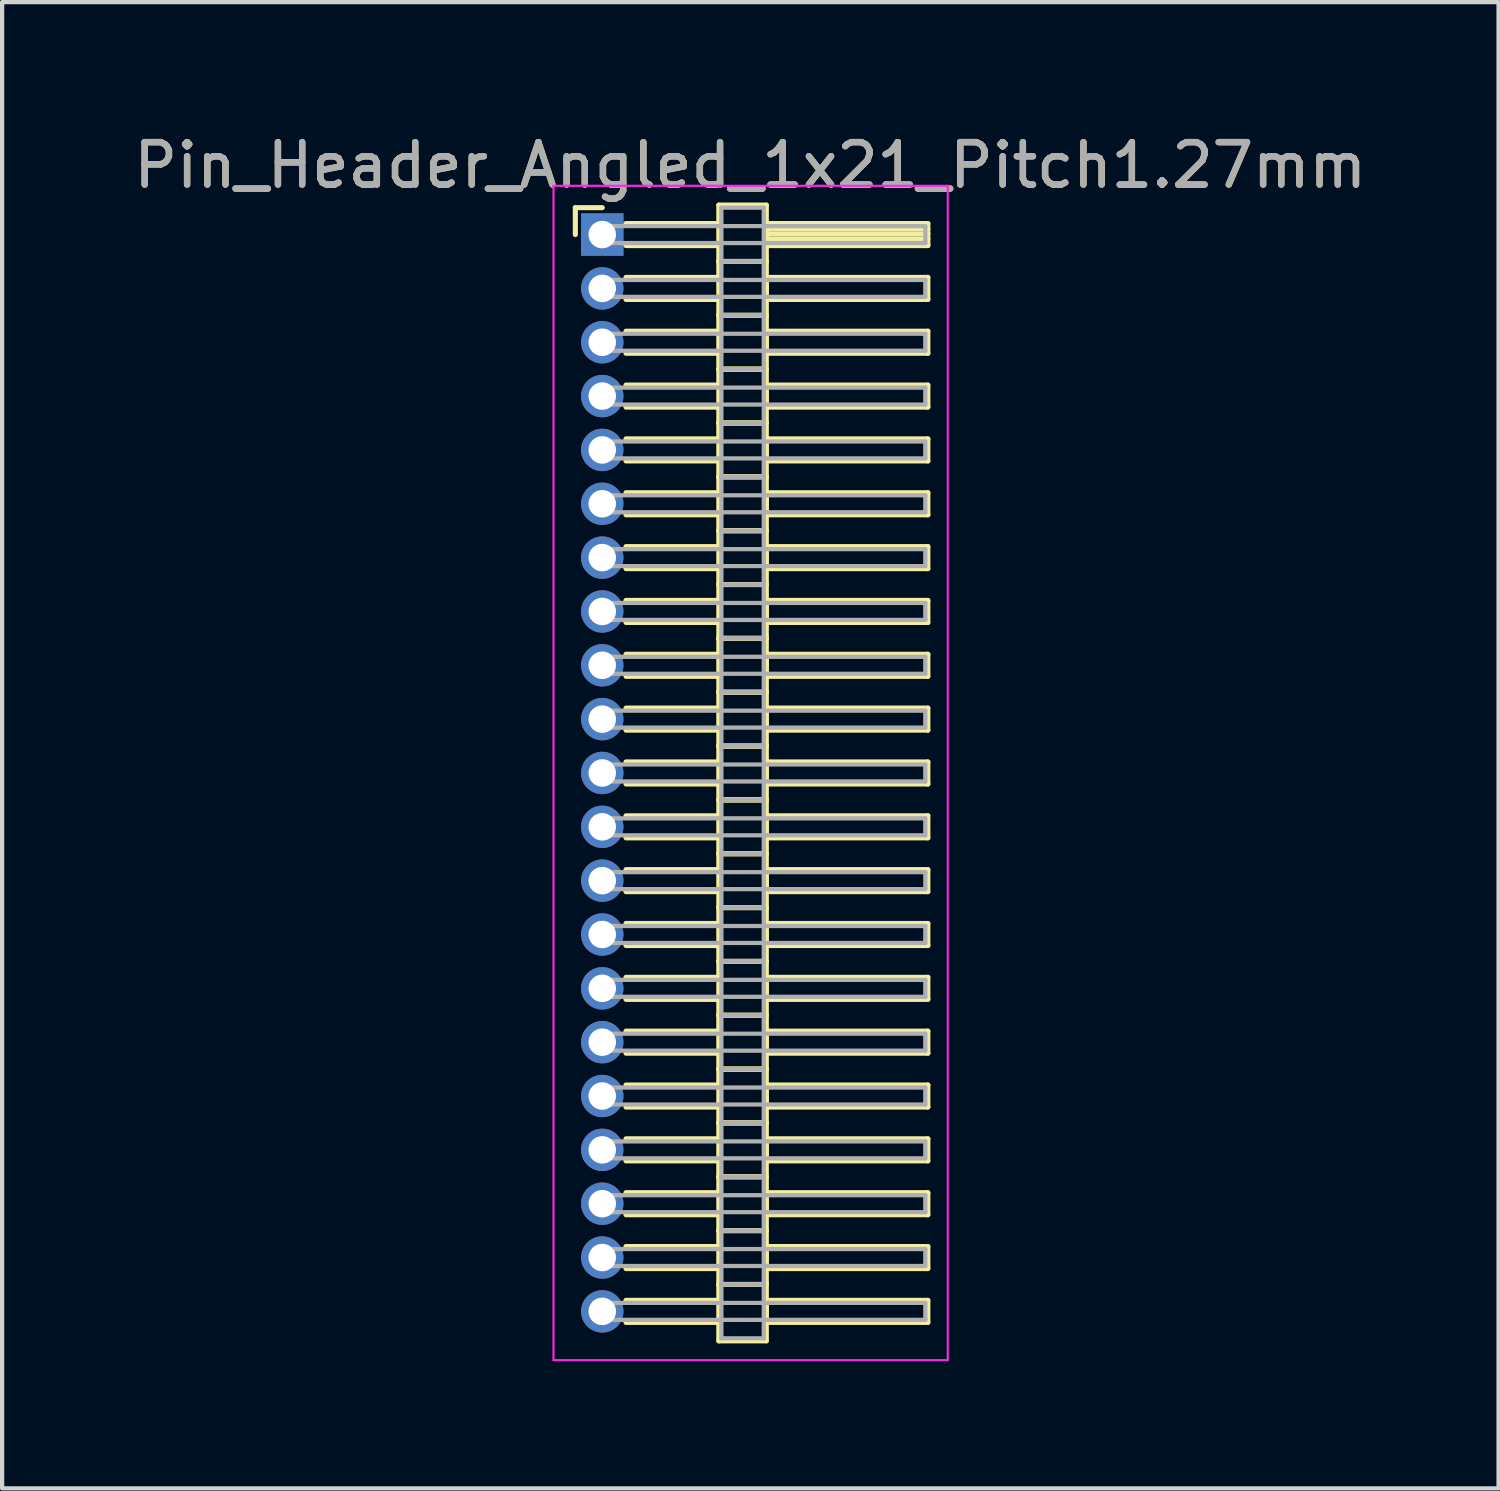
<source format=kicad_pcb>
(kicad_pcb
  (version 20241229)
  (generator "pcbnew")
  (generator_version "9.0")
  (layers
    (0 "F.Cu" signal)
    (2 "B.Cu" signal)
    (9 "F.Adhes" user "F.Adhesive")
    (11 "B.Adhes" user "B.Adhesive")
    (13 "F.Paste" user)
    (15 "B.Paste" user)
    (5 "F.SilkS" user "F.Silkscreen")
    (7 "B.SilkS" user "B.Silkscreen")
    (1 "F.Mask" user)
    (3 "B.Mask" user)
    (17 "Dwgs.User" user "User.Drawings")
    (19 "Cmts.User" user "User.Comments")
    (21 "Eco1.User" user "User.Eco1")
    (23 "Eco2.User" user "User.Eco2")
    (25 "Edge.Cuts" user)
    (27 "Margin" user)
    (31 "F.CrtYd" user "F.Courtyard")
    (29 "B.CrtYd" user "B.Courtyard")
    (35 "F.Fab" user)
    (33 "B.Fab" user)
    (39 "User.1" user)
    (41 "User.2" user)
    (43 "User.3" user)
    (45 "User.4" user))
  (footprint "Pin_Header_Angled_1x21_Pitch1.27mm"
    (layer "F.Cu")
    (at 11.156 2.483)
    (property "Reference" "Pin_Header_Angled_1x21_Pitch1.27mm" (at 3.493 -1.635 0) (layer "F.SilkS") (effects (font (size 1 1) (thickness 0.15))))
    (attr through_hole)
    (fp_line (start -0.635 -0.635) (end 0 -0.635) (stroke (width 0.12) (type solid)) (layer "F.SilkS"))
    (fp_line (start -0.635 0) (end -0.635 -0.635) (stroke (width 0.12) (type solid)) (layer "F.SilkS"))
    (fp_line (start 0.56 -0.26) (end 2.75 -0.26) (stroke (width 0.12) (type solid)) (layer "F.SilkS"))
    (fp_line (start 0.56 0.26) (end 2.75 0.26) (stroke (width 0.12) (type solid)) (layer "F.SilkS"))
    (fp_line (start 0.56 1.01) (end 2.75 1.01) (stroke (width 0.12) (type solid)) (layer "F.SilkS"))
    (fp_line (start 0.56 1.53) (end 2.75 1.53) (stroke (width 0.12) (type solid)) (layer "F.SilkS"))
    (fp_line (start 0.56 2.28) (end 2.75 2.28) (stroke (width 0.12) (type solid)) (layer "F.SilkS"))
    (fp_line (start 0.56 2.8) (end 2.75 2.8) (stroke (width 0.12) (type solid)) (layer "F.SilkS"))
    (fp_line (start 0.56 3.55) (end 2.75 3.55) (stroke (width 0.12) (type solid)) (layer "F.SilkS"))
    (fp_line (start 0.56 4.07) (end 2.75 4.07) (stroke (width 0.12) (type solid)) (layer "F.SilkS"))
    (fp_line (start 0.56 4.82) (end 2.75 4.82) (stroke (width 0.12) (type solid)) (layer "F.SilkS"))
    (fp_line (start 0.56 5.34) (end 2.75 5.34) (stroke (width 0.12) (type solid)) (layer "F.SilkS"))
    (fp_line (start 0.56 6.09) (end 2.75 6.09) (stroke (width 0.12) (type solid)) (layer "F.SilkS"))
    (fp_line (start 0.56 6.61) (end 2.75 6.61) (stroke (width 0.12) (type solid)) (layer "F.SilkS"))
    (fp_line (start 0.56 7.36) (end 2.75 7.36) (stroke (width 0.12) (type solid)) (layer "F.SilkS"))
    (fp_line (start 0.56 7.88) (end 2.75 7.88) (stroke (width 0.12) (type solid)) (layer "F.SilkS"))
    (fp_line (start 0.56 8.63) (end 2.75 8.63) (stroke (width 0.12) (type solid)) (layer "F.SilkS"))
    (fp_line (start 0.56 9.15) (end 2.75 9.15) (stroke (width 0.12) (type solid)) (layer "F.SilkS"))
    (fp_line (start 0.56 9.9) (end 2.75 9.9) (stroke (width 0.12) (type solid)) (layer "F.SilkS"))
    (fp_line (start 0.56 10.42) (end 2.75 10.42) (stroke (width 0.12) (type solid)) (layer "F.SilkS"))
    (fp_line (start 0.56 11.17) (end 2.75 11.17) (stroke (width 0.12) (type solid)) (layer "F.SilkS"))
    (fp_line (start 0.56 11.69) (end 2.75 11.69) (stroke (width 0.12) (type solid)) (layer "F.SilkS"))
    (fp_line (start 0.56 12.44) (end 2.75 12.44) (stroke (width 0.12) (type solid)) (layer "F.SilkS"))
    (fp_line (start 0.56 12.96) (end 2.75 12.96) (stroke (width 0.12) (type solid)) (layer "F.SilkS"))
    (fp_line (start 0.56 13.71) (end 2.75 13.71) (stroke (width 0.12) (type solid)) (layer "F.SilkS"))
    (fp_line (start 0.56 14.23) (end 2.75 14.23) (stroke (width 0.12) (type solid)) (layer "F.SilkS"))
    (fp_line (start 0.56 14.98) (end 2.75 14.98) (stroke (width 0.12) (type solid)) (layer "F.SilkS"))
    (fp_line (start 0.56 15.5) (end 2.75 15.5) (stroke (width 0.12) (type solid)) (layer "F.SilkS"))
    (fp_line (start 0.56 16.25) (end 2.75 16.25) (stroke (width 0.12) (type solid)) (layer "F.SilkS"))
    (fp_line (start 0.56 16.77) (end 2.75 16.77) (stroke (width 0.12) (type solid)) (layer "F.SilkS"))
    (fp_line (start 0.56 17.52) (end 2.75 17.52) (stroke (width 0.12) (type solid)) (layer "F.SilkS"))
    (fp_line (start 0.56 18.04) (end 2.75 18.04) (stroke (width 0.12) (type solid)) (layer "F.SilkS"))
    (fp_line (start 0.56 18.79) (end 2.75 18.79) (stroke (width 0.12) (type solid)) (layer "F.SilkS"))
    (fp_line (start 0.56 19.31) (end 2.75 19.31) (stroke (width 0.12) (type solid)) (layer "F.SilkS"))
    (fp_line (start 0.56 20.06) (end 2.75 20.06) (stroke (width 0.12) (type solid)) (layer "F.SilkS"))
    (fp_line (start 0.56 20.58) (end 2.75 20.58) (stroke (width 0.12) (type solid)) (layer "F.SilkS"))
    (fp_line (start 0.56 21.33) (end 2.75 21.33) (stroke (width 0.12) (type solid)) (layer "F.SilkS"))
    (fp_line (start 0.56 21.85) (end 2.75 21.85) (stroke (width 0.12) (type solid)) (layer "F.SilkS"))
    (fp_line (start 0.56 22.6) (end 2.75 22.6) (stroke (width 0.12) (type solid)) (layer "F.SilkS"))
    (fp_line (start 0.56 23.12) (end 2.75 23.12) (stroke (width 0.12) (type solid)) (layer "F.SilkS"))
    (fp_line (start 0.56 23.87) (end 2.75 23.87) (stroke (width 0.12) (type solid)) (layer "F.SilkS"))
    (fp_line (start 0.56 24.39) (end 2.75 24.39) (stroke (width 0.12) (type solid)) (layer "F.SilkS"))
    (fp_line (start 0.56 25.14) (end 2.75 25.14) (stroke (width 0.12) (type solid)) (layer "F.SilkS"))
    (fp_line (start 0.56 25.66) (end 2.75 25.66) (stroke (width 0.12) (type solid)) (layer "F.SilkS"))
    (fp_line (start 2.75 -0.695) (end 2.75 0.635) (stroke (width 0.12) (type solid)) (layer "F.SilkS"))
    (fp_line (start 2.75 0.635) (end 2.75 1.905) (stroke (width 0.12) (type solid)) (layer "F.SilkS"))
    (fp_line (start 2.75 0.635) (end 3.87 0.635) (stroke (width 0.12) (type solid)) (layer "F.SilkS"))
    (fp_line (start 2.75 1.905) (end 2.75 3.175) (stroke (width 0.12) (type solid)) (layer "F.SilkS"))
    (fp_line (start 2.75 1.905) (end 3.87 1.905) (stroke (width 0.12) (type solid)) (layer "F.SilkS"))
    (fp_line (start 2.75 3.175) (end 2.75 4.445) (stroke (width 0.12) (type solid)) (layer "F.SilkS"))
    (fp_line (start 2.75 3.175) (end 3.87 3.175) (stroke (width 0.12) (type solid)) (layer "F.SilkS"))
    (fp_line (start 2.75 4.445) (end 2.75 5.715) (stroke (width 0.12) (type solid)) (layer "F.SilkS"))
    (fp_line (start 2.75 4.445) (end 3.87 4.445) (stroke (width 0.12) (type solid)) (layer "F.SilkS"))
    (fp_line (start 2.75 5.715) (end 2.75 6.985) (stroke (width 0.12) (type solid)) (layer "F.SilkS"))
    (fp_line (start 2.75 5.715) (end 3.87 5.715) (stroke (width 0.12) (type solid)) (layer "F.SilkS"))
    (fp_line (start 2.75 6.985) (end 2.75 8.255) (stroke (width 0.12) (type solid)) (layer "F.SilkS"))
    (fp_line (start 2.75 6.985) (end 3.87 6.985) (stroke (width 0.12) (type solid)) (layer "F.SilkS"))
    (fp_line (start 2.75 8.255) (end 2.75 9.525) (stroke (width 0.12) (type solid)) (layer "F.SilkS"))
    (fp_line (start 2.75 8.255) (end 3.87 8.255) (stroke (width 0.12) (type solid)) (layer "F.SilkS"))
    (fp_line (start 2.75 9.525) (end 2.75 10.795) (stroke (width 0.12) (type solid)) (layer "F.SilkS"))
    (fp_line (start 2.75 9.525) (end 3.87 9.525) (stroke (width 0.12) (type solid)) (layer "F.SilkS"))
    (fp_line (start 2.75 10.795) (end 2.75 12.065) (stroke (width 0.12) (type solid)) (layer "F.SilkS"))
    (fp_line (start 2.75 10.795) (end 3.87 10.795) (stroke (width 0.12) (type solid)) (layer "F.SilkS"))
    (fp_line (start 2.75 12.065) (end 2.75 13.335) (stroke (width 0.12) (type solid)) (layer "F.SilkS"))
    (fp_line (start 2.75 12.065) (end 3.87 12.065) (stroke (width 0.12) (type solid)) (layer "F.SilkS"))
    (fp_line (start 2.75 13.335) (end 2.75 14.605) (stroke (width 0.12) (type solid)) (layer "F.SilkS"))
    (fp_line (start 2.75 13.335) (end 3.87 13.335) (stroke (width 0.12) (type solid)) (layer "F.SilkS"))
    (fp_line (start 2.75 14.605) (end 2.75 15.875) (stroke (width 0.12) (type solid)) (layer "F.SilkS"))
    (fp_line (start 2.75 14.605) (end 3.87 14.605) (stroke (width 0.12) (type solid)) (layer "F.SilkS"))
    (fp_line (start 2.75 15.875) (end 2.75 17.145) (stroke (width 0.12) (type solid)) (layer "F.SilkS"))
    (fp_line (start 2.75 15.875) (end 3.87 15.875) (stroke (width 0.12) (type solid)) (layer "F.SilkS"))
    (fp_line (start 2.75 17.145) (end 2.75 18.415) (stroke (width 0.12) (type solid)) (layer "F.SilkS"))
    (fp_line (start 2.75 17.145) (end 3.87 17.145) (stroke (width 0.12) (type solid)) (layer "F.SilkS"))
    (fp_line (start 2.75 18.415) (end 2.75 19.685) (stroke (width 0.12) (type solid)) (layer "F.SilkS"))
    (fp_line (start 2.75 18.415) (end 3.87 18.415) (stroke (width 0.12) (type solid)) (layer "F.SilkS"))
    (fp_line (start 2.75 19.685) (end 2.75 20.955) (stroke (width 0.12) (type solid)) (layer "F.SilkS"))
    (fp_line (start 2.75 19.685) (end 3.87 19.685) (stroke (width 0.12) (type solid)) (layer "F.SilkS"))
    (fp_line (start 2.75 20.955) (end 2.75 22.225) (stroke (width 0.12) (type solid)) (layer "F.SilkS"))
    (fp_line (start 2.75 20.955) (end 3.87 20.955) (stroke (width 0.12) (type solid)) (layer "F.SilkS"))
    (fp_line (start 2.75 22.225) (end 2.75 23.495) (stroke (width 0.12) (type solid)) (layer "F.SilkS"))
    (fp_line (start 2.75 22.225) (end 3.87 22.225) (stroke (width 0.12) (type solid)) (layer "F.SilkS"))
    (fp_line (start 2.75 23.495) (end 2.75 24.765) (stroke (width 0.12) (type solid)) (layer "F.SilkS"))
    (fp_line (start 2.75 23.495) (end 3.87 23.495) (stroke (width 0.12) (type solid)) (layer "F.SilkS"))
    (fp_line (start 2.75 24.765) (end 2.75 26.095) (stroke (width 0.12) (type solid)) (layer "F.SilkS"))
    (fp_line (start 2.75 24.765) (end 3.87 24.765) (stroke (width 0.12) (type solid)) (layer "F.SilkS"))
    (fp_line (start 2.75 26.095) (end 3.87 26.095) (stroke (width 0.12) (type solid)) (layer "F.SilkS"))
    (fp_line (start 3.87 -0.695) (end 2.75 -0.695) (stroke (width 0.12) (type solid)) (layer "F.SilkS"))
    (fp_line (start 3.87 -0.26) (end 3.87 0.26) (stroke (width 0.12) (type solid)) (layer "F.SilkS"))
    (fp_line (start 3.87 -0.14) (end 7.68 -0.14) (stroke (width 0.12) (type solid)) (layer "F.SilkS"))
    (fp_line (start 3.87 -0.02) (end 7.68 -0.02) (stroke (width 0.12) (type solid)) (layer "F.SilkS"))
    (fp_line (start 3.87 0.1) (end 7.68 0.1) (stroke (width 0.12) (type solid)) (layer "F.SilkS"))
    (fp_line (start 3.87 0.22) (end 7.68 0.22) (stroke (width 0.12) (type solid)) (layer "F.SilkS"))
    (fp_line (start 3.87 0.26) (end 7.68 0.26) (stroke (width 0.12) (type solid)) (layer "F.SilkS"))
    (fp_line (start 3.87 0.635) (end 2.75 0.635) (stroke (width 0.12) (type solid)) (layer "F.SilkS"))
    (fp_line (start 3.87 0.635) (end 3.87 -0.695) (stroke (width 0.12) (type solid)) (layer "F.SilkS"))
    (fp_line (start 3.87 1.01) (end 3.87 1.53) (stroke (width 0.12) (type solid)) (layer "F.SilkS"))
    (fp_line (start 3.87 1.53) (end 7.68 1.53) (stroke (width 0.12) (type solid)) (layer "F.SilkS"))
    (fp_line (start 3.87 1.905) (end 2.75 1.905) (stroke (width 0.12) (type solid)) (layer "F.SilkS"))
    (fp_line (start 3.87 1.905) (end 3.87 0.635) (stroke (width 0.12) (type solid)) (layer "F.SilkS"))
    (fp_line (start 3.87 2.28) (end 3.87 2.8) (stroke (width 0.12) (type solid)) (layer "F.SilkS"))
    (fp_line (start 3.87 2.8) (end 7.68 2.8) (stroke (width 0.12) (type solid)) (layer "F.SilkS"))
    (fp_line (start 3.87 3.175) (end 2.75 3.175) (stroke (width 0.12) (type solid)) (layer "F.SilkS"))
    (fp_line (start 3.87 3.175) (end 3.87 1.905) (stroke (width 0.12) (type solid)) (layer "F.SilkS"))
    (fp_line (start 3.87 3.55) (end 3.87 4.07) (stroke (width 0.12) (type solid)) (layer "F.SilkS"))
    (fp_line (start 3.87 4.07) (end 7.68 4.07) (stroke (width 0.12) (type solid)) (layer "F.SilkS"))
    (fp_line (start 3.87 4.445) (end 2.75 4.445) (stroke (width 0.12) (type solid)) (layer "F.SilkS"))
    (fp_line (start 3.87 4.445) (end 3.87 3.175) (stroke (width 0.12) (type solid)) (layer "F.SilkS"))
    (fp_line (start 3.87 4.82) (end 3.87 5.34) (stroke (width 0.12) (type solid)) (layer "F.SilkS"))
    (fp_line (start 3.87 5.34) (end 7.68 5.34) (stroke (width 0.12) (type solid)) (layer "F.SilkS"))
    (fp_line (start 3.87 5.715) (end 2.75 5.715) (stroke (width 0.12) (type solid)) (layer "F.SilkS"))
    (fp_line (start 3.87 5.715) (end 3.87 4.445) (stroke (width 0.12) (type solid)) (layer "F.SilkS"))
    (fp_line (start 3.87 6.09) (end 3.87 6.61) (stroke (width 0.12) (type solid)) (layer "F.SilkS"))
    (fp_line (start 3.87 6.61) (end 7.68 6.61) (stroke (width 0.12) (type solid)) (layer "F.SilkS"))
    (fp_line (start 3.87 6.985) (end 2.75 6.985) (stroke (width 0.12) (type solid)) (layer "F.SilkS"))
    (fp_line (start 3.87 6.985) (end 3.87 5.715) (stroke (width 0.12) (type solid)) (layer "F.SilkS"))
    (fp_line (start 3.87 7.36) (end 3.87 7.88) (stroke (width 0.12) (type solid)) (layer "F.SilkS"))
    (fp_line (start 3.87 7.88) (end 7.68 7.88) (stroke (width 0.12) (type solid)) (layer "F.SilkS"))
    (fp_line (start 3.87 8.255) (end 2.75 8.255) (stroke (width 0.12) (type solid)) (layer "F.SilkS"))
    (fp_line (start 3.87 8.255) (end 3.87 6.985) (stroke (width 0.12) (type solid)) (layer "F.SilkS"))
    (fp_line (start 3.87 8.63) (end 3.87 9.15) (stroke (width 0.12) (type solid)) (layer "F.SilkS"))
    (fp_line (start 3.87 9.15) (end 7.68 9.15) (stroke (width 0.12) (type solid)) (layer "F.SilkS"))
    (fp_line (start 3.87 9.525) (end 2.75 9.525) (stroke (width 0.12) (type solid)) (layer "F.SilkS"))
    (fp_line (start 3.87 9.525) (end 3.87 8.255) (stroke (width 0.12) (type solid)) (layer "F.SilkS"))
    (fp_line (start 3.87 9.9) (end 3.87 10.42) (stroke (width 0.12) (type solid)) (layer "F.SilkS"))
    (fp_line (start 3.87 10.42) (end 7.68 10.42) (stroke (width 0.12) (type solid)) (layer "F.SilkS"))
    (fp_line (start 3.87 10.795) (end 2.75 10.795) (stroke (width 0.12) (type solid)) (layer "F.SilkS"))
    (fp_line (start 3.87 10.795) (end 3.87 9.525) (stroke (width 0.12) (type solid)) (layer "F.SilkS"))
    (fp_line (start 3.87 11.17) (end 3.87 11.69) (stroke (width 0.12) (type solid)) (layer "F.SilkS"))
    (fp_line (start 3.87 11.69) (end 7.68 11.69) (stroke (width 0.12) (type solid)) (layer "F.SilkS"))
    (fp_line (start 3.87 12.065) (end 2.75 12.065) (stroke (width 0.12) (type solid)) (layer "F.SilkS"))
    (fp_line (start 3.87 12.065) (end 3.87 10.795) (stroke (width 0.12) (type solid)) (layer "F.SilkS"))
    (fp_line (start 3.87 12.44) (end 3.87 12.96) (stroke (width 0.12) (type solid)) (layer "F.SilkS"))
    (fp_line (start 3.87 12.96) (end 7.68 12.96) (stroke (width 0.12) (type solid)) (layer "F.SilkS"))
    (fp_line (start 3.87 13.335) (end 2.75 13.335) (stroke (width 0.12) (type solid)) (layer "F.SilkS"))
    (fp_line (start 3.87 13.335) (end 3.87 12.065) (stroke (width 0.12) (type solid)) (layer "F.SilkS"))
    (fp_line (start 3.87 13.71) (end 3.87 14.23) (stroke (width 0.12) (type solid)) (layer "F.SilkS"))
    (fp_line (start 3.87 14.23) (end 7.68 14.23) (stroke (width 0.12) (type solid)) (layer "F.SilkS"))
    (fp_line (start 3.87 14.605) (end 2.75 14.605) (stroke (width 0.12) (type solid)) (layer "F.SilkS"))
    (fp_line (start 3.87 14.605) (end 3.87 13.335) (stroke (width 0.12) (type solid)) (layer "F.SilkS"))
    (fp_line (start 3.87 14.98) (end 3.87 15.5) (stroke (width 0.12) (type solid)) (layer "F.SilkS"))
    (fp_line (start 3.87 15.5) (end 7.68 15.5) (stroke (width 0.12) (type solid)) (layer "F.SilkS"))
    (fp_line (start 3.87 15.875) (end 2.75 15.875) (stroke (width 0.12) (type solid)) (layer "F.SilkS"))
    (fp_line (start 3.87 15.875) (end 3.87 14.605) (stroke (width 0.12) (type solid)) (layer "F.SilkS"))
    (fp_line (start 3.87 16.25) (end 3.87 16.77) (stroke (width 0.12) (type solid)) (layer "F.SilkS"))
    (fp_line (start 3.87 16.77) (end 7.68 16.77) (stroke (width 0.12) (type solid)) (layer "F.SilkS"))
    (fp_line (start 3.87 17.145) (end 2.75 17.145) (stroke (width 0.12) (type solid)) (layer "F.SilkS"))
    (fp_line (start 3.87 17.145) (end 3.87 15.875) (stroke (width 0.12) (type solid)) (layer "F.SilkS"))
    (fp_line (start 3.87 17.52) (end 3.87 18.04) (stroke (width 0.12) (type solid)) (layer "F.SilkS"))
    (fp_line (start 3.87 18.04) (end 7.68 18.04) (stroke (width 0.12) (type solid)) (layer "F.SilkS"))
    (fp_line (start 3.87 18.415) (end 2.75 18.415) (stroke (width 0.12) (type solid)) (layer "F.SilkS"))
    (fp_line (start 3.87 18.415) (end 3.87 17.145) (stroke (width 0.12) (type solid)) (layer "F.SilkS"))
    (fp_line (start 3.87 18.79) (end 3.87 19.31) (stroke (width 0.12) (type solid)) (layer "F.SilkS"))
    (fp_line (start 3.87 19.31) (end 7.68 19.31) (stroke (width 0.12) (type solid)) (layer "F.SilkS"))
    (fp_line (start 3.87 19.685) (end 2.75 19.685) (stroke (width 0.12) (type solid)) (layer "F.SilkS"))
    (fp_line (start 3.87 19.685) (end 3.87 18.415) (stroke (width 0.12) (type solid)) (layer "F.SilkS"))
    (fp_line (start 3.87 20.06) (end 3.87 20.58) (stroke (width 0.12) (type solid)) (layer "F.SilkS"))
    (fp_line (start 3.87 20.58) (end 7.68 20.58) (stroke (width 0.12) (type solid)) (layer "F.SilkS"))
    (fp_line (start 3.87 20.955) (end 2.75 20.955) (stroke (width 0.12) (type solid)) (layer "F.SilkS"))
    (fp_line (start 3.87 20.955) (end 3.87 19.685) (stroke (width 0.12) (type solid)) (layer "F.SilkS"))
    (fp_line (start 3.87 21.33) (end 3.87 21.85) (stroke (width 0.12) (type solid)) (layer "F.SilkS"))
    (fp_line (start 3.87 21.85) (end 7.68 21.85) (stroke (width 0.12) (type solid)) (layer "F.SilkS"))
    (fp_line (start 3.87 22.225) (end 2.75 22.225) (stroke (width 0.12) (type solid)) (layer "F.SilkS"))
    (fp_line (start 3.87 22.225) (end 3.87 20.955) (stroke (width 0.12) (type solid)) (layer "F.SilkS"))
    (fp_line (start 3.87 22.6) (end 3.87 23.12) (stroke (width 0.12) (type solid)) (layer "F.SilkS"))
    (fp_line (start 3.87 23.12) (end 7.68 23.12) (stroke (width 0.12) (type solid)) (layer "F.SilkS"))
    (fp_line (start 3.87 23.495) (end 2.75 23.495) (stroke (width 0.12) (type solid)) (layer "F.SilkS"))
    (fp_line (start 3.87 23.495) (end 3.87 22.225) (stroke (width 0.12) (type solid)) (layer "F.SilkS"))
    (fp_line (start 3.87 23.87) (end 3.87 24.39) (stroke (width 0.12) (type solid)) (layer "F.SilkS"))
    (fp_line (start 3.87 24.39) (end 7.68 24.39) (stroke (width 0.12) (type solid)) (layer "F.SilkS"))
    (fp_line (start 3.87 24.765) (end 2.75 24.765) (stroke (width 0.12) (type solid)) (layer "F.SilkS"))
    (fp_line (start 3.87 24.765) (end 3.87 23.495) (stroke (width 0.12) (type solid)) (layer "F.SilkS"))
    (fp_line (start 3.87 25.14) (end 3.87 25.66) (stroke (width 0.12) (type solid)) (layer "F.SilkS"))
    (fp_line (start 3.87 25.66) (end 7.68 25.66) (stroke (width 0.12) (type solid)) (layer "F.SilkS"))
    (fp_line (start 3.87 26.095) (end 3.87 24.765) (stroke (width 0.12) (type solid)) (layer "F.SilkS"))
    (fp_line (start 7.68 -0.26) (end 3.87 -0.26) (stroke (width 0.12) (type solid)) (layer "F.SilkS"))
    (fp_line (start 7.68 0.26) (end 7.68 -0.26) (stroke (width 0.12) (type solid)) (layer "F.SilkS"))
    (fp_line (start 7.68 1.01) (end 3.87 1.01) (stroke (width 0.12) (type solid)) (layer "F.SilkS"))
    (fp_line (start 7.68 1.53) (end 7.68 1.01) (stroke (width 0.12) (type solid)) (layer "F.SilkS"))
    (fp_line (start 7.68 2.28) (end 3.87 2.28) (stroke (width 0.12) (type solid)) (layer "F.SilkS"))
    (fp_line (start 7.68 2.8) (end 7.68 2.28) (stroke (width 0.12) (type solid)) (layer "F.SilkS"))
    (fp_line (start 7.68 3.55) (end 3.87 3.55) (stroke (width 0.12) (type solid)) (layer "F.SilkS"))
    (fp_line (start 7.68 4.07) (end 7.68 3.55) (stroke (width 0.12) (type solid)) (layer "F.SilkS"))
    (fp_line (start 7.68 4.82) (end 3.87 4.82) (stroke (width 0.12) (type solid)) (layer "F.SilkS"))
    (fp_line (start 7.68 5.34) (end 7.68 4.82) (stroke (width 0.12) (type solid)) (layer "F.SilkS"))
    (fp_line (start 7.68 6.09) (end 3.87 6.09) (stroke (width 0.12) (type solid)) (layer "F.SilkS"))
    (fp_line (start 7.68 6.61) (end 7.68 6.09) (stroke (width 0.12) (type solid)) (layer "F.SilkS"))
    (fp_line (start 7.68 7.36) (end 3.87 7.36) (stroke (width 0.12) (type solid)) (layer "F.SilkS"))
    (fp_line (start 7.68 7.88) (end 7.68 7.36) (stroke (width 0.12) (type solid)) (layer "F.SilkS"))
    (fp_line (start 7.68 8.63) (end 3.87 8.63) (stroke (width 0.12) (type solid)) (layer "F.SilkS"))
    (fp_line (start 7.68 9.15) (end 7.68 8.63) (stroke (width 0.12) (type solid)) (layer "F.SilkS"))
    (fp_line (start 7.68 9.9) (end 3.87 9.9) (stroke (width 0.12) (type solid)) (layer "F.SilkS"))
    (fp_line (start 7.68 10.42) (end 7.68 9.9) (stroke (width 0.12) (type solid)) (layer "F.SilkS"))
    (fp_line (start 7.68 11.17) (end 3.87 11.17) (stroke (width 0.12) (type solid)) (layer "F.SilkS"))
    (fp_line (start 7.68 11.69) (end 7.68 11.17) (stroke (width 0.12) (type solid)) (layer "F.SilkS"))
    (fp_line (start 7.68 12.44) (end 3.87 12.44) (stroke (width 0.12) (type solid)) (layer "F.SilkS"))
    (fp_line (start 7.68 12.96) (end 7.68 12.44) (stroke (width 0.12) (type solid)) (layer "F.SilkS"))
    (fp_line (start 7.68 13.71) (end 3.87 13.71) (stroke (width 0.12) (type solid)) (layer "F.SilkS"))
    (fp_line (start 7.68 14.23) (end 7.68 13.71) (stroke (width 0.12) (type solid)) (layer "F.SilkS"))
    (fp_line (start 7.68 14.98) (end 3.87 14.98) (stroke (width 0.12) (type solid)) (layer "F.SilkS"))
    (fp_line (start 7.68 15.5) (end 7.68 14.98) (stroke (width 0.12) (type solid)) (layer "F.SilkS"))
    (fp_line (start 7.68 16.25) (end 3.87 16.25) (stroke (width 0.12) (type solid)) (layer "F.SilkS"))
    (fp_line (start 7.68 16.77) (end 7.68 16.25) (stroke (width 0.12) (type solid)) (layer "F.SilkS"))
    (fp_line (start 7.68 17.52) (end 3.87 17.52) (stroke (width 0.12) (type solid)) (layer "F.SilkS"))
    (fp_line (start 7.68 18.04) (end 7.68 17.52) (stroke (width 0.12) (type solid)) (layer "F.SilkS"))
    (fp_line (start 7.68 18.79) (end 3.87 18.79) (stroke (width 0.12) (type solid)) (layer "F.SilkS"))
    (fp_line (start 7.68 19.31) (end 7.68 18.79) (stroke (width 0.12) (type solid)) (layer "F.SilkS"))
    (fp_line (start 7.68 20.06) (end 3.87 20.06) (stroke (width 0.12) (type solid)) (layer "F.SilkS"))
    (fp_line (start 7.68 20.58) (end 7.68 20.06) (stroke (width 0.12) (type solid)) (layer "F.SilkS"))
    (fp_line (start 7.68 21.33) (end 3.87 21.33) (stroke (width 0.12) (type solid)) (layer "F.SilkS"))
    (fp_line (start 7.68 21.85) (end 7.68 21.33) (stroke (width 0.12) (type solid)) (layer "F.SilkS"))
    (fp_line (start 7.68 22.6) (end 3.87 22.6) (stroke (width 0.12) (type solid)) (layer "F.SilkS"))
    (fp_line (start 7.68 23.12) (end 7.68 22.6) (stroke (width 0.12) (type solid)) (layer "F.SilkS"))
    (fp_line (start 7.68 23.87) (end 3.87 23.87) (stroke (width 0.12) (type solid)) (layer "F.SilkS"))
    (fp_line (start 7.68 24.39) (end 7.68 23.87) (stroke (width 0.12) (type solid)) (layer "F.SilkS"))
    (fp_line (start 7.68 25.14) (end 3.87 25.14) (stroke (width 0.12) (type solid)) (layer "F.SilkS"))
    (fp_line (start 7.68 25.66) (end 7.68 25.14) (stroke (width 0.12) (type solid)) (layer "F.SilkS"))
    (fp_line (start -1.15 -1.15) (end -1.15 26.55) (stroke (width 0.05) (type solid)) (layer "F.CrtYd"))
    (fp_line (start -1.15 26.55) (end 8.15 26.55) (stroke (width 0.05) (type solid)) (layer "F.CrtYd"))
    (fp_line (start 8.15 -1.15) (end -1.15 -1.15) (stroke (width 0.05) (type solid)) (layer "F.CrtYd"))
    (fp_line (start 8.15 26.55) (end 8.15 -1.15) (stroke (width 0.05) (type solid)) (layer "F.CrtYd"))
    (fp_line (start 0 -0.2) (end 0 0.2) (stroke (width 0.1) (type solid)) (layer "F.Fab"))
    (fp_line (start 0 0.2) (end 7.62 0.2) (stroke (width 0.1) (type solid)) (layer "F.Fab"))
    (fp_line (start 0 1.07) (end 0 1.47) (stroke (width 0.1) (type solid)) (layer "F.Fab"))
    (fp_line (start 0 1.47) (end 7.62 1.47) (stroke (width 0.1) (type solid)) (layer "F.Fab"))
    (fp_line (start 0 2.34) (end 0 2.74) (stroke (width 0.1) (type solid)) (layer "F.Fab"))
    (fp_line (start 0 2.74) (end 7.62 2.74) (stroke (width 0.1) (type solid)) (layer "F.Fab"))
    (fp_line (start 0 3.61) (end 0 4.01) (stroke (width 0.1) (type solid)) (layer "F.Fab"))
    (fp_line (start 0 4.01) (end 7.62 4.01) (stroke (width 0.1) (type solid)) (layer "F.Fab"))
    (fp_line (start 0 4.88) (end 0 5.28) (stroke (width 0.1) (type solid)) (layer "F.Fab"))
    (fp_line (start 0 5.28) (end 7.62 5.28) (stroke (width 0.1) (type solid)) (layer "F.Fab"))
    (fp_line (start 0 6.15) (end 0 6.55) (stroke (width 0.1) (type solid)) (layer "F.Fab"))
    (fp_line (start 0 6.55) (end 7.62 6.55) (stroke (width 0.1) (type solid)) (layer "F.Fab"))
    (fp_line (start 0 7.42) (end 0 7.82) (stroke (width 0.1) (type solid)) (layer "F.Fab"))
    (fp_line (start 0 7.82) (end 7.62 7.82) (stroke (width 0.1) (type solid)) (layer "F.Fab"))
    (fp_line (start 0 8.69) (end 0 9.09) (stroke (width 0.1) (type solid)) (layer "F.Fab"))
    (fp_line (start 0 9.09) (end 7.62 9.09) (stroke (width 0.1) (type solid)) (layer "F.Fab"))
    (fp_line (start 0 9.96) (end 0 10.36) (stroke (width 0.1) (type solid)) (layer "F.Fab"))
    (fp_line (start 0 10.36) (end 7.62 10.36) (stroke (width 0.1) (type solid)) (layer "F.Fab"))
    (fp_line (start 0 11.23) (end 0 11.63) (stroke (width 0.1) (type solid)) (layer "F.Fab"))
    (fp_line (start 0 11.63) (end 7.62 11.63) (stroke (width 0.1) (type solid)) (layer "F.Fab"))
    (fp_line (start 0 12.5) (end 0 12.9) (stroke (width 0.1) (type solid)) (layer "F.Fab"))
    (fp_line (start 0 12.9) (end 7.62 12.9) (stroke (width 0.1) (type solid)) (layer "F.Fab"))
    (fp_line (start 0 13.77) (end 0 14.17) (stroke (width 0.1) (type solid)) (layer "F.Fab"))
    (fp_line (start 0 14.17) (end 7.62 14.17) (stroke (width 0.1) (type solid)) (layer "F.Fab"))
    (fp_line (start 0 15.04) (end 0 15.44) (stroke (width 0.1) (type solid)) (layer "F.Fab"))
    (fp_line (start 0 15.44) (end 7.62 15.44) (stroke (width 0.1) (type solid)) (layer "F.Fab"))
    (fp_line (start 0 16.31) (end 0 16.71) (stroke (width 0.1) (type solid)) (layer "F.Fab"))
    (fp_line (start 0 16.71) (end 7.62 16.71) (stroke (width 0.1) (type solid)) (layer "F.Fab"))
    (fp_line (start 0 17.58) (end 0 17.98) (stroke (width 0.1) (type solid)) (layer "F.Fab"))
    (fp_line (start 0 17.98) (end 7.62 17.98) (stroke (width 0.1) (type solid)) (layer "F.Fab"))
    (fp_line (start 0 18.85) (end 0 19.25) (stroke (width 0.1) (type solid)) (layer "F.Fab"))
    (fp_line (start 0 19.25) (end 7.62 19.25) (stroke (width 0.1) (type solid)) (layer "F.Fab"))
    (fp_line (start 0 20.12) (end 0 20.52) (stroke (width 0.1) (type solid)) (layer "F.Fab"))
    (fp_line (start 0 20.52) (end 7.62 20.52) (stroke (width 0.1) (type solid)) (layer "F.Fab"))
    (fp_line (start 0 21.39) (end 0 21.79) (stroke (width 0.1) (type solid)) (layer "F.Fab"))
    (fp_line (start 0 21.79) (end 7.62 21.79) (stroke (width 0.1) (type solid)) (layer "F.Fab"))
    (fp_line (start 0 22.66) (end 0 23.06) (stroke (width 0.1) (type solid)) (layer "F.Fab"))
    (fp_line (start 0 23.06) (end 7.62 23.06) (stroke (width 0.1) (type solid)) (layer "F.Fab"))
    (fp_line (start 0 23.93) (end 0 24.33) (stroke (width 0.1) (type solid)) (layer "F.Fab"))
    (fp_line (start 0 24.33) (end 7.62 24.33) (stroke (width 0.1) (type solid)) (layer "F.Fab"))
    (fp_line (start 0 25.2) (end 0 25.6) (stroke (width 0.1) (type solid)) (layer "F.Fab"))
    (fp_line (start 0 25.6) (end 7.62 25.6) (stroke (width 0.1) (type solid)) (layer "F.Fab"))
    (fp_line (start 2.81 -0.635) (end 2.81 0.635) (stroke (width 0.1) (type solid)) (layer "F.Fab"))
    (fp_line (start 2.81 0.635) (end 2.81 1.905) (stroke (width 0.1) (type solid)) (layer "F.Fab"))
    (fp_line (start 2.81 0.635) (end 3.81 0.635) (stroke (width 0.1) (type solid)) (layer "F.Fab"))
    (fp_line (start 2.81 1.905) (end 2.81 3.175) (stroke (width 0.1) (type solid)) (layer "F.Fab"))
    (fp_line (start 2.81 1.905) (end 3.81 1.905) (stroke (width 0.1) (type solid)) (layer "F.Fab"))
    (fp_line (start 2.81 3.175) (end 2.81 4.445) (stroke (width 0.1) (type solid)) (layer "F.Fab"))
    (fp_line (start 2.81 3.175) (end 3.81 3.175) (stroke (width 0.1) (type solid)) (layer "F.Fab"))
    (fp_line (start 2.81 4.445) (end 2.81 5.715) (stroke (width 0.1) (type solid)) (layer "F.Fab"))
    (fp_line (start 2.81 4.445) (end 3.81 4.445) (stroke (width 0.1) (type solid)) (layer "F.Fab"))
    (fp_line (start 2.81 5.715) (end 2.81 6.985) (stroke (width 0.1) (type solid)) (layer "F.Fab"))
    (fp_line (start 2.81 5.715) (end 3.81 5.715) (stroke (width 0.1) (type solid)) (layer "F.Fab"))
    (fp_line (start 2.81 6.985) (end 2.81 8.255) (stroke (width 0.1) (type solid)) (layer "F.Fab"))
    (fp_line (start 2.81 6.985) (end 3.81 6.985) (stroke (width 0.1) (type solid)) (layer "F.Fab"))
    (fp_line (start 2.81 8.255) (end 2.81 9.525) (stroke (width 0.1) (type solid)) (layer "F.Fab"))
    (fp_line (start 2.81 8.255) (end 3.81 8.255) (stroke (width 0.1) (type solid)) (layer "F.Fab"))
    (fp_line (start 2.81 9.525) (end 2.81 10.795) (stroke (width 0.1) (type solid)) (layer "F.Fab"))
    (fp_line (start 2.81 9.525) (end 3.81 9.525) (stroke (width 0.1) (type solid)) (layer "F.Fab"))
    (fp_line (start 2.81 10.795) (end 2.81 12.065) (stroke (width 0.1) (type solid)) (layer "F.Fab"))
    (fp_line (start 2.81 10.795) (end 3.81 10.795) (stroke (width 0.1) (type solid)) (layer "F.Fab"))
    (fp_line (start 2.81 12.065) (end 2.81 13.335) (stroke (width 0.1) (type solid)) (layer "F.Fab"))
    (fp_line (start 2.81 12.065) (end 3.81 12.065) (stroke (width 0.1) (type solid)) (layer "F.Fab"))
    (fp_line (start 2.81 13.335) (end 2.81 14.605) (stroke (width 0.1) (type solid)) (layer "F.Fab"))
    (fp_line (start 2.81 13.335) (end 3.81 13.335) (stroke (width 0.1) (type solid)) (layer "F.Fab"))
    (fp_line (start 2.81 14.605) (end 2.81 15.875) (stroke (width 0.1) (type solid)) (layer "F.Fab"))
    (fp_line (start 2.81 14.605) (end 3.81 14.605) (stroke (width 0.1) (type solid)) (layer "F.Fab"))
    (fp_line (start 2.81 15.875) (end 2.81 17.145) (stroke (width 0.1) (type solid)) (layer "F.Fab"))
    (fp_line (start 2.81 15.875) (end 3.81 15.875) (stroke (width 0.1) (type solid)) (layer "F.Fab"))
    (fp_line (start 2.81 17.145) (end 2.81 18.415) (stroke (width 0.1) (type solid)) (layer "F.Fab"))
    (fp_line (start 2.81 17.145) (end 3.81 17.145) (stroke (width 0.1) (type solid)) (layer "F.Fab"))
    (fp_line (start 2.81 18.415) (end 2.81 19.685) (stroke (width 0.1) (type solid)) (layer "F.Fab"))
    (fp_line (start 2.81 18.415) (end 3.81 18.415) (stroke (width 0.1) (type solid)) (layer "F.Fab"))
    (fp_line (start 2.81 19.685) (end 2.81 20.955) (stroke (width 0.1) (type solid)) (layer "F.Fab"))
    (fp_line (start 2.81 19.685) (end 3.81 19.685) (stroke (width 0.1) (type solid)) (layer "F.Fab"))
    (fp_line (start 2.81 20.955) (end 2.81 22.225) (stroke (width 0.1) (type solid)) (layer "F.Fab"))
    (fp_line (start 2.81 20.955) (end 3.81 20.955) (stroke (width 0.1) (type solid)) (layer "F.Fab"))
    (fp_line (start 2.81 22.225) (end 2.81 23.495) (stroke (width 0.1) (type solid)) (layer "F.Fab"))
    (fp_line (start 2.81 22.225) (end 3.81 22.225) (stroke (width 0.1) (type solid)) (layer "F.Fab"))
    (fp_line (start 2.81 23.495) (end 2.81 24.765) (stroke (width 0.1) (type solid)) (layer "F.Fab"))
    (fp_line (start 2.81 23.495) (end 3.81 23.495) (stroke (width 0.1) (type solid)) (layer "F.Fab"))
    (fp_line (start 2.81 24.765) (end 2.81 26.035) (stroke (width 0.1) (type solid)) (layer "F.Fab"))
    (fp_line (start 2.81 24.765) (end 3.81 24.765) (stroke (width 0.1) (type solid)) (layer "F.Fab"))
    (fp_line (start 2.81 26.035) (end 3.81 26.035) (stroke (width 0.1) (type solid)) (layer "F.Fab"))
    (fp_line (start 3.81 -0.635) (end 2.81 -0.635) (stroke (width 0.1) (type solid)) (layer "F.Fab"))
    (fp_line (start 3.81 0.635) (end 2.81 0.635) (stroke (width 0.1) (type solid)) (layer "F.Fab"))
    (fp_line (start 3.81 0.635) (end 3.81 -0.635) (stroke (width 0.1) (type solid)) (layer "F.Fab"))
    (fp_line (start 3.81 1.905) (end 2.81 1.905) (stroke (width 0.1) (type solid)) (layer "F.Fab"))
    (fp_line (start 3.81 1.905) (end 3.81 0.635) (stroke (width 0.1) (type solid)) (layer "F.Fab"))
    (fp_line (start 3.81 3.175) (end 2.81 3.175) (stroke (width 0.1) (type solid)) (layer "F.Fab"))
    (fp_line (start 3.81 3.175) (end 3.81 1.905) (stroke (width 0.1) (type solid)) (layer "F.Fab"))
    (fp_line (start 3.81 4.445) (end 2.81 4.445) (stroke (width 0.1) (type solid)) (layer "F.Fab"))
    (fp_line (start 3.81 4.445) (end 3.81 3.175) (stroke (width 0.1) (type solid)) (layer "F.Fab"))
    (fp_line (start 3.81 5.715) (end 2.81 5.715) (stroke (width 0.1) (type solid)) (layer "F.Fab"))
    (fp_line (start 3.81 5.715) (end 3.81 4.445) (stroke (width 0.1) (type solid)) (layer "F.Fab"))
    (fp_line (start 3.81 6.985) (end 2.81 6.985) (stroke (width 0.1) (type solid)) (layer "F.Fab"))
    (fp_line (start 3.81 6.985) (end 3.81 5.715) (stroke (width 0.1) (type solid)) (layer "F.Fab"))
    (fp_line (start 3.81 8.255) (end 2.81 8.255) (stroke (width 0.1) (type solid)) (layer "F.Fab"))
    (fp_line (start 3.81 8.255) (end 3.81 6.985) (stroke (width 0.1) (type solid)) (layer "F.Fab"))
    (fp_line (start 3.81 9.525) (end 2.81 9.525) (stroke (width 0.1) (type solid)) (layer "F.Fab"))
    (fp_line (start 3.81 9.525) (end 3.81 8.255) (stroke (width 0.1) (type solid)) (layer "F.Fab"))
    (fp_line (start 3.81 10.795) (end 2.81 10.795) (stroke (width 0.1) (type solid)) (layer "F.Fab"))
    (fp_line (start 3.81 10.795) (end 3.81 9.525) (stroke (width 0.1) (type solid)) (layer "F.Fab"))
    (fp_line (start 3.81 12.065) (end 2.81 12.065) (stroke (width 0.1) (type solid)) (layer "F.Fab"))
    (fp_line (start 3.81 12.065) (end 3.81 10.795) (stroke (width 0.1) (type solid)) (layer "F.Fab"))
    (fp_line (start 3.81 13.335) (end 2.81 13.335) (stroke (width 0.1) (type solid)) (layer "F.Fab"))
    (fp_line (start 3.81 13.335) (end 3.81 12.065) (stroke (width 0.1) (type solid)) (layer "F.Fab"))
    (fp_line (start 3.81 14.605) (end 2.81 14.605) (stroke (width 0.1) (type solid)) (layer "F.Fab"))
    (fp_line (start 3.81 14.605) (end 3.81 13.335) (stroke (width 0.1) (type solid)) (layer "F.Fab"))
    (fp_line (start 3.81 15.875) (end 2.81 15.875) (stroke (width 0.1) (type solid)) (layer "F.Fab"))
    (fp_line (start 3.81 15.875) (end 3.81 14.605) (stroke (width 0.1) (type solid)) (layer "F.Fab"))
    (fp_line (start 3.81 17.145) (end 2.81 17.145) (stroke (width 0.1) (type solid)) (layer "F.Fab"))
    (fp_line (start 3.81 17.145) (end 3.81 15.875) (stroke (width 0.1) (type solid)) (layer "F.Fab"))
    (fp_line (start 3.81 18.415) (end 2.81 18.415) (stroke (width 0.1) (type solid)) (layer "F.Fab"))
    (fp_line (start 3.81 18.415) (end 3.81 17.145) (stroke (width 0.1) (type solid)) (layer "F.Fab"))
    (fp_line (start 3.81 19.685) (end 2.81 19.685) (stroke (width 0.1) (type solid)) (layer "F.Fab"))
    (fp_line (start 3.81 19.685) (end 3.81 18.415) (stroke (width 0.1) (type solid)) (layer "F.Fab"))
    (fp_line (start 3.81 20.955) (end 2.81 20.955) (stroke (width 0.1) (type solid)) (layer "F.Fab"))
    (fp_line (start 3.81 20.955) (end 3.81 19.685) (stroke (width 0.1) (type solid)) (layer "F.Fab"))
    (fp_line (start 3.81 22.225) (end 2.81 22.225) (stroke (width 0.1) (type solid)) (layer "F.Fab"))
    (fp_line (start 3.81 22.225) (end 3.81 20.955) (stroke (width 0.1) (type solid)) (layer "F.Fab"))
    (fp_line (start 3.81 23.495) (end 2.81 23.495) (stroke (width 0.1) (type solid)) (layer "F.Fab"))
    (fp_line (start 3.81 23.495) (end 3.81 22.225) (stroke (width 0.1) (type solid)) (layer "F.Fab"))
    (fp_line (start 3.81 24.765) (end 2.81 24.765) (stroke (width 0.1) (type solid)) (layer "F.Fab"))
    (fp_line (start 3.81 24.765) (end 3.81 23.495) (stroke (width 0.1) (type solid)) (layer "F.Fab"))
    (fp_line (start 3.81 26.035) (end 3.81 24.765) (stroke (width 0.1) (type solid)) (layer "F.Fab"))
    (fp_line (start 7.62 -0.2) (end 0 -0.2) (stroke (width 0.1) (type solid)) (layer "F.Fab"))
    (fp_line (start 7.62 0.2) (end 7.62 -0.2) (stroke (width 0.1) (type solid)) (layer "F.Fab"))
    (fp_line (start 7.62 1.07) (end 0 1.07) (stroke (width 0.1) (type solid)) (layer "F.Fab"))
    (fp_line (start 7.62 1.47) (end 7.62 1.07) (stroke (width 0.1) (type solid)) (layer "F.Fab"))
    (fp_line (start 7.62 2.34) (end 0 2.34) (stroke (width 0.1) (type solid)) (layer "F.Fab"))
    (fp_line (start 7.62 2.74) (end 7.62 2.34) (stroke (width 0.1) (type solid)) (layer "F.Fab"))
    (fp_line (start 7.62 3.61) (end 0 3.61) (stroke (width 0.1) (type solid)) (layer "F.Fab"))
    (fp_line (start 7.62 4.01) (end 7.62 3.61) (stroke (width 0.1) (type solid)) (layer "F.Fab"))
    (fp_line (start 7.62 4.88) (end 0 4.88) (stroke (width 0.1) (type solid)) (layer "F.Fab"))
    (fp_line (start 7.62 5.28) (end 7.62 4.88) (stroke (width 0.1) (type solid)) (layer "F.Fab"))
    (fp_line (start 7.62 6.15) (end 0 6.15) (stroke (width 0.1) (type solid)) (layer "F.Fab"))
    (fp_line (start 7.62 6.55) (end 7.62 6.15) (stroke (width 0.1) (type solid)) (layer "F.Fab"))
    (fp_line (start 7.62 7.42) (end 0 7.42) (stroke (width 0.1) (type solid)) (layer "F.Fab"))
    (fp_line (start 7.62 7.82) (end 7.62 7.42) (stroke (width 0.1) (type solid)) (layer "F.Fab"))
    (fp_line (start 7.62 8.69) (end 0 8.69) (stroke (width 0.1) (type solid)) (layer "F.Fab"))
    (fp_line (start 7.62 9.09) (end 7.62 8.69) (stroke (width 0.1) (type solid)) (layer "F.Fab"))
    (fp_line (start 7.62 9.96) (end 0 9.96) (stroke (width 0.1) (type solid)) (layer "F.Fab"))
    (fp_line (start 7.62 10.36) (end 7.62 9.96) (stroke (width 0.1) (type solid)) (layer "F.Fab"))
    (fp_line (start 7.62 11.23) (end 0 11.23) (stroke (width 0.1) (type solid)) (layer "F.Fab"))
    (fp_line (start 7.62 11.63) (end 7.62 11.23) (stroke (width 0.1) (type solid)) (layer "F.Fab"))
    (fp_line (start 7.62 12.5) (end 0 12.5) (stroke (width 0.1) (type solid)) (layer "F.Fab"))
    (fp_line (start 7.62 12.9) (end 7.62 12.5) (stroke (width 0.1) (type solid)) (layer "F.Fab"))
    (fp_line (start 7.62 13.77) (end 0 13.77) (stroke (width 0.1) (type solid)) (layer "F.Fab"))
    (fp_line (start 7.62 14.17) (end 7.62 13.77) (stroke (width 0.1) (type solid)) (layer "F.Fab"))
    (fp_line (start 7.62 15.04) (end 0 15.04) (stroke (width 0.1) (type solid)) (layer "F.Fab"))
    (fp_line (start 7.62 15.44) (end 7.62 15.04) (stroke (width 0.1) (type solid)) (layer "F.Fab"))
    (fp_line (start 7.62 16.31) (end 0 16.31) (stroke (width 0.1) (type solid)) (layer "F.Fab"))
    (fp_line (start 7.62 16.71) (end 7.62 16.31) (stroke (width 0.1) (type solid)) (layer "F.Fab"))
    (fp_line (start 7.62 17.58) (end 0 17.58) (stroke (width 0.1) (type solid)) (layer "F.Fab"))
    (fp_line (start 7.62 17.98) (end 7.62 17.58) (stroke (width 0.1) (type solid)) (layer "F.Fab"))
    (fp_line (start 7.62 18.85) (end 0 18.85) (stroke (width 0.1) (type solid)) (layer "F.Fab"))
    (fp_line (start 7.62 19.25) (end 7.62 18.85) (stroke (width 0.1) (type solid)) (layer "F.Fab"))
    (fp_line (start 7.62 20.12) (end 0 20.12) (stroke (width 0.1) (type solid)) (layer "F.Fab"))
    (fp_line (start 7.62 20.52) (end 7.62 20.12) (stroke (width 0.1) (type solid)) (layer "F.Fab"))
    (fp_line (start 7.62 21.39) (end 0 21.39) (stroke (width 0.1) (type solid)) (layer "F.Fab"))
    (fp_line (start 7.62 21.79) (end 7.62 21.39) (stroke (width 0.1) (type solid)) (layer "F.Fab"))
    (fp_line (start 7.62 22.66) (end 0 22.66) (stroke (width 0.1) (type solid)) (layer "F.Fab"))
    (fp_line (start 7.62 23.06) (end 7.62 22.66) (stroke (width 0.1) (type solid)) (layer "F.Fab"))
    (fp_line (start 7.62 23.93) (end 0 23.93) (stroke (width 0.1) (type solid)) (layer "F.Fab"))
    (fp_line (start 7.62 24.33) (end 7.62 23.93) (stroke (width 0.1) (type solid)) (layer "F.Fab"))
    (fp_line (start 7.62 25.2) (end 0 25.2) (stroke (width 0.1) (type solid)) (layer "F.Fab"))
    (fp_line (start 7.62 25.6) (end 7.62 25.2) (stroke (width 0.1) (type solid)) (layer "F.Fab"))
    (fp_text user "${REFERENCE}" (at 3.493 -1.635 0) (layer "F.Fab") (effects (font (size 1 1) (thickness 0.15))))
    (pad "1" thru_hole rect (at 0 0) (size 1 1) (drill 0.65) (layers "*.Cu" "*.Mask"))
    (pad "2" thru_hole oval (at 0 1.27) (size 1 1) (drill 0.65) (layers "*.Cu" "*.Mask"))
    (pad "3" thru_hole oval (at 0 2.54) (size 1 1) (drill 0.65) (layers "*.Cu" "*.Mask"))
    (pad "4" thru_hole oval (at 0 3.81) (size 1 1) (drill 0.65) (layers "*.Cu" "*.Mask"))
    (pad "5" thru_hole oval (at 0 5.08) (size 1 1) (drill 0.65) (layers "*.Cu" "*.Mask"))
    (pad "6" thru_hole oval (at 0 6.35) (size 1 1) (drill 0.65) (layers "*.Cu" "*.Mask"))
    (pad "7" thru_hole oval (at 0 7.62) (size 1 1) (drill 0.65) (layers "*.Cu" "*.Mask"))
    (pad "8" thru_hole oval (at 0 8.89) (size 1 1) (drill 0.65) (layers "*.Cu" "*.Mask"))
    (pad "9" thru_hole oval (at 0 10.16) (size 1 1) (drill 0.65) (layers "*.Cu" "*.Mask"))
    (pad "10" thru_hole oval (at 0 11.43) (size 1 1) (drill 0.65) (layers "*.Cu" "*.Mask"))
    (pad "11" thru_hole oval (at 0 12.7) (size 1 1) (drill 0.65) (layers "*.Cu" "*.Mask"))
    (pad "12" thru_hole oval (at 0 13.97) (size 1 1) (drill 0.65) (layers "*.Cu" "*.Mask"))
    (pad "13" thru_hole oval (at 0 15.24) (size 1 1) (drill 0.65) (layers "*.Cu" "*.Mask"))
    (pad "14" thru_hole oval (at 0 16.51) (size 1 1) (drill 0.65) (layers "*.Cu" "*.Mask"))
    (pad "15" thru_hole oval (at 0 17.78) (size 1 1) (drill 0.65) (layers "*.Cu" "*.Mask"))
    (pad "16" thru_hole oval (at 0 19.05) (size 1 1) (drill 0.65) (layers "*.Cu" "*.Mask"))
    (pad "17" thru_hole oval (at 0 20.32) (size 1 1) (drill 0.65) (layers "*.Cu" "*.Mask"))
    (pad "18" thru_hole oval (at 0 21.59) (size 1 1) (drill 0.65) (layers "*.Cu" "*.Mask"))
    (pad "19" thru_hole oval (at 0 22.86) (size 1 1) (drill 0.65) (layers "*.Cu" "*.Mask"))
    (pad "20" thru_hole oval (at 0 24.13) (size 1 1) (drill 0.65) (layers "*.Cu" "*.Mask"))
    (pad "21" thru_hole oval (at 0 25.4) (size 1 1) (drill 0.65) (layers "*.Cu" "*.Mask")))
  (gr_rect
    (start -3 -3)
    (end 32.298 32.058)
    (stroke (width 0.1) (type default))
    (fill no)
    (layer "Edge.Cuts")))
</source>
